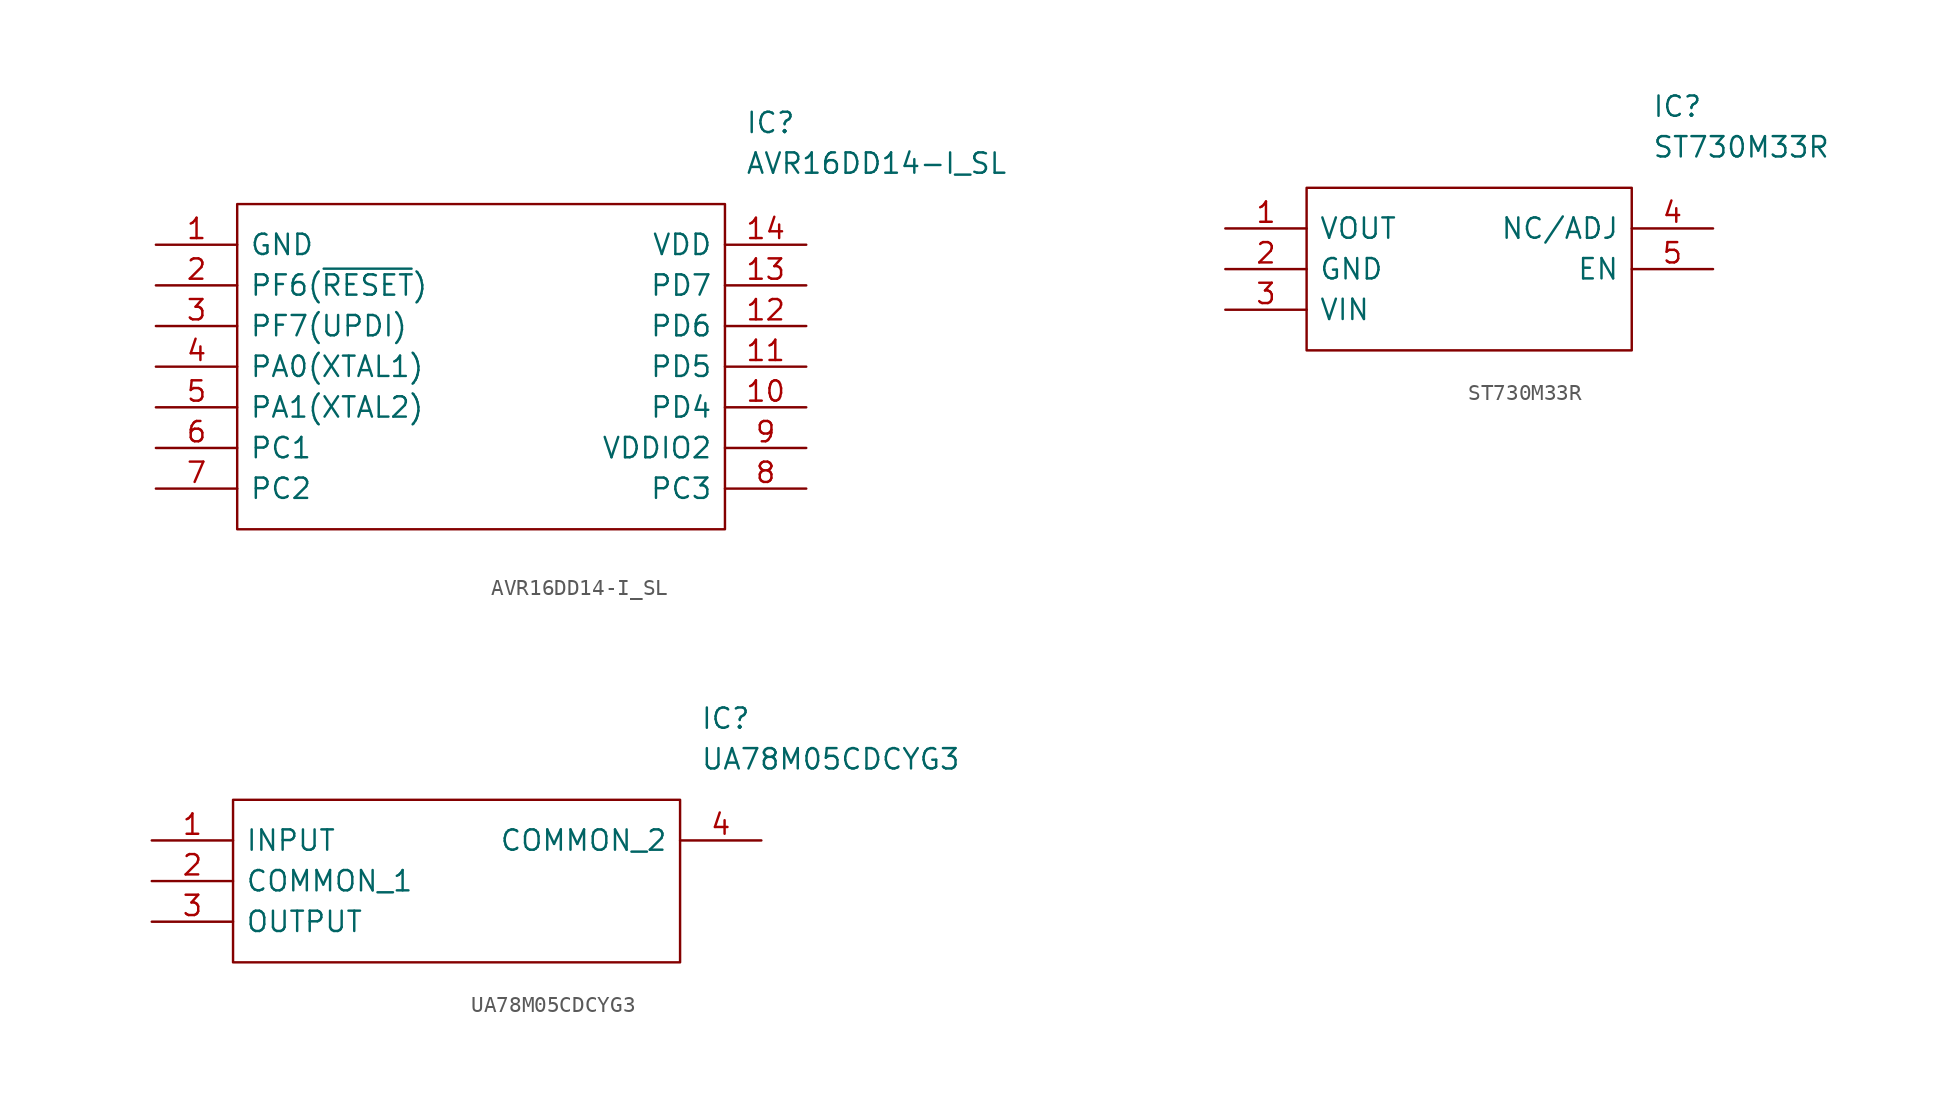
<source format=kicad_sym>
(kicad_symbol_lib
  (version 20231120)
  (generator "kicad_symbol_editor")
  (generator_version "8.0")
  (symbol "AVR16DD14-I_SL"
    (pin_names
      (offset 0.762))
    (property "Reference" "IC"
      (at 36.83 7.62 0)
      (effects (font (size 1.27 1.27)) (justify left)))
    (property "Value" "AVR16DD14-I_SL"
      (at 36.83 5.08 0)
      (effects (font (size 1.27 1.27)) (justify left)))
    (symbol "AVR16DD14-I_SL_0_0"
      (pin passive line (at 0 0 0) (length 5.08) (name "GND" (effects (font (size 1.27 1.27)))) (number "1" (effects (font (size 1.27 1.27)))))
      (pin passive line (at 40.64 -10.16 180) (length 5.08) (name "PD4" (effects (font (size 1.27 1.27)))) (number "10" (effects (font (size 1.27 1.27)))))
      (pin passive line (at 40.64 -7.62 180) (length 5.08) (name "PD5" (effects (font (size 1.27 1.27)))) (number "11" (effects (font (size 1.27 1.27)))))
      (pin passive line (at 40.64 -5.08 180) (length 5.08) (name "PD6" (effects (font (size 1.27 1.27)))) (number "12" (effects (font (size 1.27 1.27)))))
      (pin passive line (at 40.64 -2.54 180) (length 5.08) (name "PD7" (effects (font (size 1.27 1.27)))) (number "13" (effects (font (size 1.27 1.27)))))
      (pin passive line (at 40.64 0 180) (length 5.08) (name "VDD" (effects (font (size 1.27 1.27)))) (number "14" (effects (font (size 1.27 1.27)))))
      (pin passive line (at 0 -2.54 0) (length 5.08) (name "PF6(~{RESET})" (effects (font (size 1.27 1.27)))) (number "2" (effects (font (size 1.27 1.27)))))
      (pin passive line (at 0 -5.08 0) (length 5.08) (name "PF7(UPDI)" (effects (font (size 1.27 1.27)))) (number "3" (effects (font (size 1.27 1.27)))))
      (pin passive line (at 0 -7.62 0) (length 5.08) (name "PA0(XTAL1)" (effects (font (size 1.27 1.27)))) (number "4" (effects (font (size 1.27 1.27)))))
      (pin passive line (at 0 -10.16 0) (length 5.08) (name "PA1(XTAL2)" (effects (font (size 1.27 1.27)))) (number "5" (effects (font (size 1.27 1.27)))))
      (pin passive line (at 0 -12.7 0) (length 5.08) (name "PC1" (effects (font (size 1.27 1.27)))) (number "6" (effects (font (size 1.27 1.27)))))
      (pin passive line (at 0 -15.24 0) (length 5.08) (name "PC2" (effects (font (size 1.27 1.27)))) (number "7" (effects (font (size 1.27 1.27)))))
      (pin passive line (at 40.64 -15.24 180) (length 5.08) (name "PC3" (effects (font (size 1.27 1.27)))) (number "8" (effects (font (size 1.27 1.27)))))
      (pin passive line (at 40.64 -12.7 180) (length 5.08) (name "VDDIO2" (effects (font (size 1.27 1.27)))) (number "9" (effects (font (size 1.27 1.27))))))
    (symbol "AVR16DD14-I_SL_0_1"
      (polyline (pts (xy 5.08 2.54) (xy 35.56 2.54) (xy 35.56 -17.78) (xy 5.08 -17.78) (xy 5.08 2.54)) (stroke (width 0.152) (type solid)) (fill (type none)))))
  (symbol "ST730M33R"
    (pin_names
      (offset 0.762))
    (property "Reference" "IC"
      (at 26.67 7.62 0)
      (effects (font (size 1.27 1.27)) (justify left)))
    (property "Value" "ST730M33R"
      (at 26.67 5.08 0)
      (effects (font (size 1.27 1.27)) (justify left)))
    (symbol "ST730M33R_0_0"
      (pin passive line (at 0 0 0) (length 5.08) (name "VOUT" (effects (font (size 1.27 1.27)))) (number "1" (effects (font (size 1.27 1.27)))))
      (pin passive line (at 0 -2.54 0) (length 5.08) (name "GND" (effects (font (size 1.27 1.27)))) (number "2" (effects (font (size 1.27 1.27)))))
      (pin passive line (at 0 -5.08 0) (length 5.08) (name "VIN" (effects (font (size 1.27 1.27)))) (number "3" (effects (font (size 1.27 1.27)))))
      (pin passive line (at 30.48 0 180) (length 5.08) (name "NC/ADJ" (effects (font (size 1.27 1.27)))) (number "4" (effects (font (size 1.27 1.27)))))
      (pin passive line (at 30.48 -2.54 180) (length 5.08) (name "EN" (effects (font (size 1.27 1.27)))) (number "5" (effects (font (size 1.27 1.27))))))
    (symbol "ST730M33R_0_1"
      (polyline (pts (xy 5.08 2.54) (xy 25.4 2.54) (xy 25.4 -7.62) (xy 5.08 -7.62) (xy 5.08 2.54)) (stroke (width 0.152) (type solid)) (fill (type none)))))
  (symbol "UA78M05CDCYG3"
    (pin_names
      (offset 0.762))
    (property "Reference" "IC"
      (at 34.29 7.62 0)
      (effects (font (size 1.27 1.27)) (justify left)))
    (property "Value" "UA78M05CDCYG3"
      (at 34.29 5.08 0)
      (effects (font (size 1.27 1.27)) (justify left)))
    (symbol "UA78M05CDCYG3_0_0"
      (pin passive line (at 0 0 0) (length 5.08) (name "INPUT" (effects (font (size 1.27 1.27)))) (number "1" (effects (font (size 1.27 1.27)))))
      (pin passive line (at 0 -2.54 0) (length 5.08) (name "COMMON_1" (effects (font (size 1.27 1.27)))) (number "2" (effects (font (size 1.27 1.27)))))
      (pin passive line (at 0 -5.08 0) (length 5.08) (name "OUTPUT" (effects (font (size 1.27 1.27)))) (number "3" (effects (font (size 1.27 1.27)))))
      (pin passive line (at 38.1 0 180) (length 5.08) (name "COMMON_2" (effects (font (size 1.27 1.27)))) (number "4" (effects (font (size 1.27 1.27))))))
    (symbol "UA78M05CDCYG3_0_1"
      (polyline (pts (xy 5.08 2.54) (xy 33.02 2.54) (xy 33.02 -7.62) (xy 5.08 -7.62) (xy 5.08 2.54)) (stroke (width 0.152) (type solid)) (fill (type none))))))
</source>
